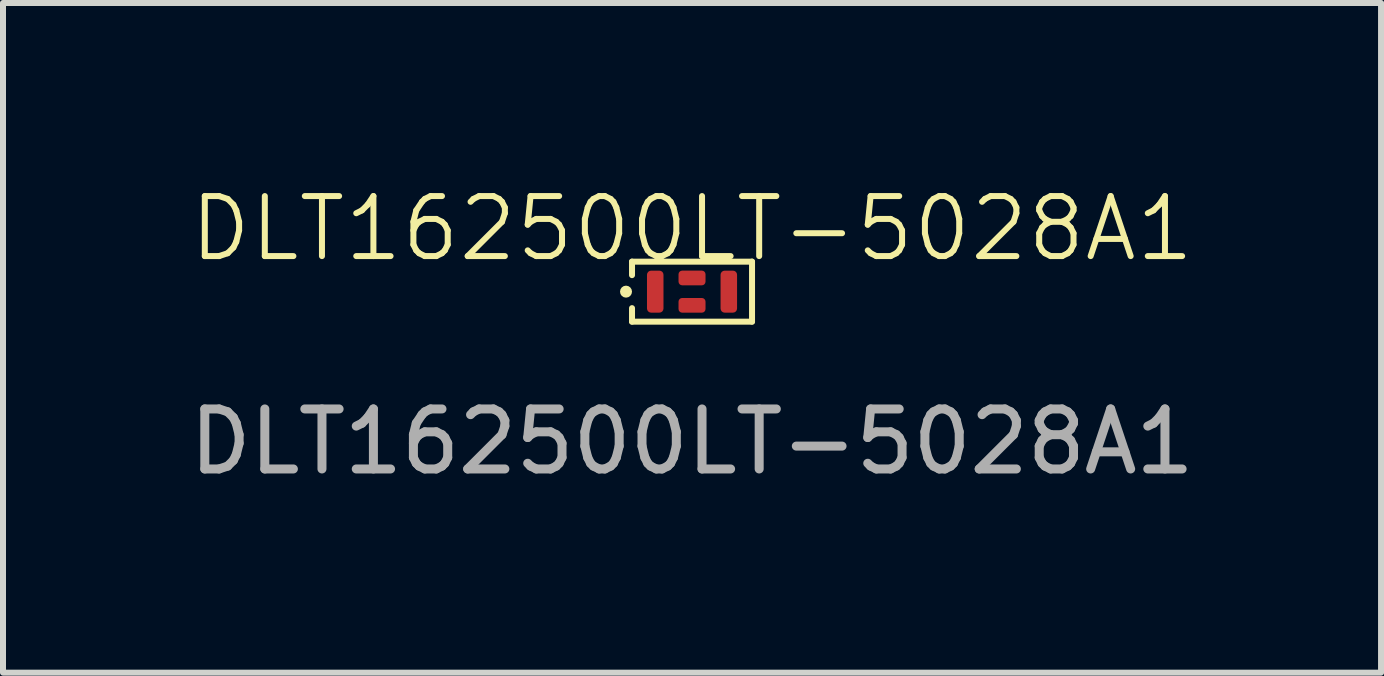
<source format=kicad_pcb>
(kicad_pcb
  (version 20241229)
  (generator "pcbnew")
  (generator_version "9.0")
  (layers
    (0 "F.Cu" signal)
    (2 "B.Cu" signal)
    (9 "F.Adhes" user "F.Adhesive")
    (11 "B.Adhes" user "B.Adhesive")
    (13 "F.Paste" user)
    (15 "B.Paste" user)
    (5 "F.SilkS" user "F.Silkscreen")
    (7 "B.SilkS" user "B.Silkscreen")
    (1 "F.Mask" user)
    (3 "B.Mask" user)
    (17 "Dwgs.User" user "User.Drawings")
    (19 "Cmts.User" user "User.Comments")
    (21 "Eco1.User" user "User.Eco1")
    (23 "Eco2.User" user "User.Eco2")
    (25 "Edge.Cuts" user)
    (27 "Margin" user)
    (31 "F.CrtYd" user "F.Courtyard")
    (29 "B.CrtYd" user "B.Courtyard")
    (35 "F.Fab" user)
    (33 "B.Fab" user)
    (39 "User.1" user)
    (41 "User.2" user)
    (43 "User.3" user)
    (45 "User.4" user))
  (footprint "DLT162500LT-5028A1"
    (layer "F.Cu")
    (at 8.482 1.81)
    (property "Reference" "DLT162500LT-5028A1" (at 0 -1.05 0) (unlocked yes) (layer "F.SilkS") (effects (font (size 1 1) (thickness 0.1))))
    (attr smd)
    (fp_line (start -1 -0.5) (end 1 -0.5) (stroke (width 0.1) (type default)) (layer "F.SilkS"))
    (fp_line (start -1 -0.275) (end -1 -0.5) (stroke (width 0.1) (type default)) (layer "F.SilkS"))
    (fp_line (start -1 0.5) (end -1 0.275) (stroke (width 0.1) (type default)) (layer "F.SilkS"))
    (fp_line (start 1 -0.5) (end 1 0.5) (stroke (width 0.1) (type default)) (layer "F.SilkS"))
    (fp_line (start 1 0.5) (end -1 0.5) (stroke (width 0.1) (type default)) (layer "F.SilkS"))
    (fp_circle (center -1.1 0) (end -1.05 0) (stroke (width 0.1) (type default)) (fill no) (layer "F.SilkS"))
    (fp_text user "${REFERENCE}" (at 0 2.5 0) (unlocked yes) (layer "F.Fab") (effects (font (size 1 1) (thickness 0.15))))
    (pad "1" smd roundrect (at -0.613 0) (size 0.275 0.7) (layers "F.Cu" "F.Mask" "F.Paste") (roundrect_rratio 0.25))
    (pad "2" smd roundrect (at 0 0.228 90) (size 0.245 0.45) (layers "F.Cu" "F.Mask" "F.Paste") (roundrect_rratio 0.25))
    (pad "3" smd roundrect (at 0.613 0) (size 0.275 0.7) (layers "F.Cu" "F.Mask" "F.Paste") (roundrect_rratio 0.25))
    (pad "4" smd roundrect (at 0 -0.228 180) (size 0.45 0.245) (layers "F.Cu" "F.Mask" "F.Paste") (roundrect_rratio 0.25)))
  (gr_rect
    (start -3 -3)
    (end 19.964 8.159)
    (stroke (width 0.1) (type default))
    (fill no)
    (layer "Edge.Cuts")))
</source>
